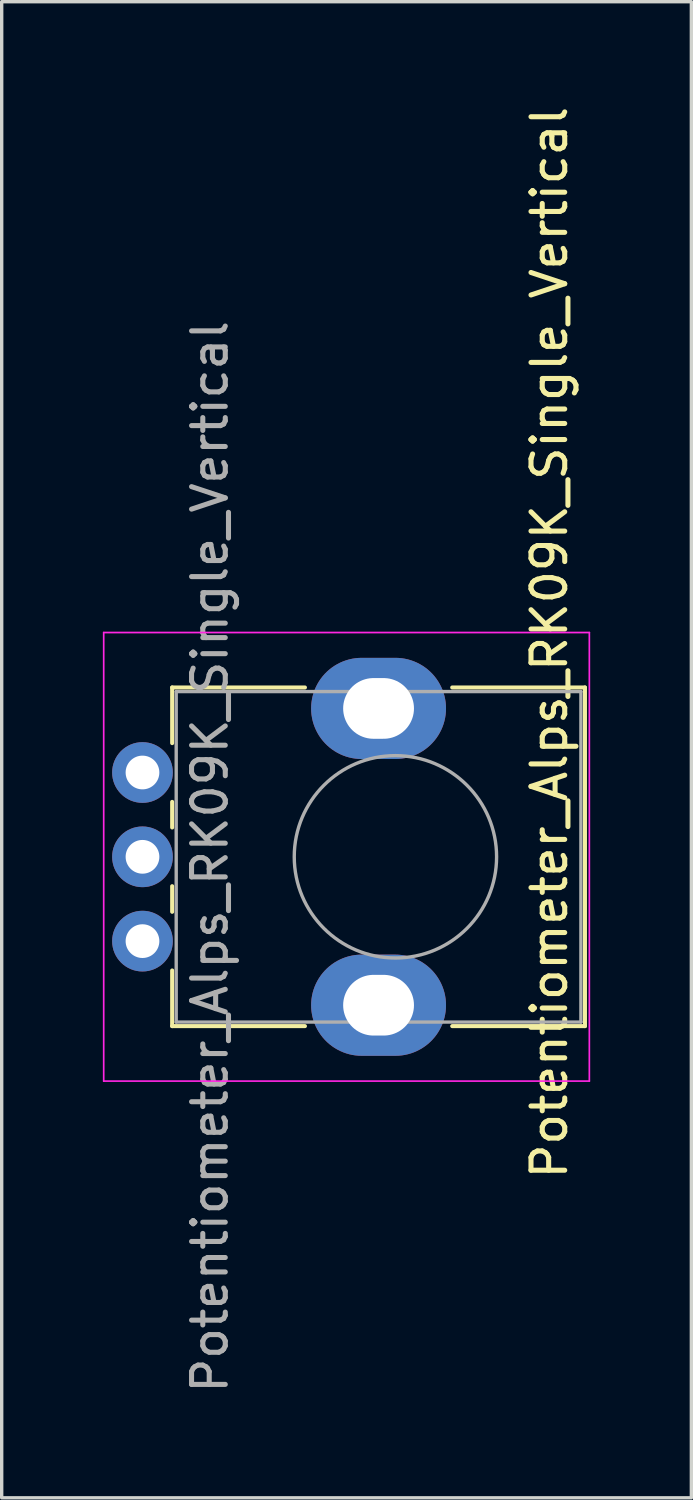
<source format=kicad_pcb>
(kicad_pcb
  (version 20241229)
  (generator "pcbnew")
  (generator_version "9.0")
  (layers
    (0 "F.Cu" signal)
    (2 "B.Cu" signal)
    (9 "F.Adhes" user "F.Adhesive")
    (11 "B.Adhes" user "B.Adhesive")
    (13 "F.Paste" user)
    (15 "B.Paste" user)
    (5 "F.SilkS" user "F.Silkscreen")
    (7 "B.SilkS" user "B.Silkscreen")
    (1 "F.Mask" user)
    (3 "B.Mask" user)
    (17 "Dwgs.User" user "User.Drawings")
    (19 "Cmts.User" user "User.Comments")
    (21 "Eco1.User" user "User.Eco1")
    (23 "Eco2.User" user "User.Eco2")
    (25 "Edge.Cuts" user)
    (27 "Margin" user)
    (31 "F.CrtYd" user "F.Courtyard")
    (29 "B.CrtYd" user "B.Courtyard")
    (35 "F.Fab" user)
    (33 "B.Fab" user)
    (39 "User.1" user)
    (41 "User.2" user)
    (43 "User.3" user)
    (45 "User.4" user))
  (footprint "Potentiometer_Alps_RK09K_Single_Vertical"
    (layer "F.Cu")
    (at 1.175 24.856)
    (property "Reference" "Potentiometer_Alps_RK09K_Single_Vertical" (at 12.065 -8.85 270) (layer "F.SilkS") (effects (font (size 1 1) (thickness 0.15))))
    (attr through_hole)
    (fp_line (start 0.88 -7.521) (end 0.88 -5.871) (stroke (width 0.12) (type solid)) (layer "F.SilkS"))
    (fp_line (start 0.88 -7.521) (end 4.817 -7.521) (stroke (width 0.12) (type solid)) (layer "F.SilkS"))
    (fp_line (start 0.88 -4.129) (end 0.88 -3.37) (stroke (width 0.12) (type solid)) (layer "F.SilkS"))
    (fp_line (start 0.88 -1.629) (end 0.88 -0.87) (stroke (width 0.12) (type solid)) (layer "F.SilkS"))
    (fp_line (start 0.88 0.87) (end 0.88 2.52) (stroke (width 0.12) (type solid)) (layer "F.SilkS"))
    (fp_line (start 0.88 2.52) (end 4.817 2.52) (stroke (width 0.12) (type solid)) (layer "F.SilkS"))
    (fp_line (start 9.184 -7.521) (end 13.12 -7.521) (stroke (width 0.12) (type solid)) (layer "F.SilkS"))
    (fp_line (start 9.184 2.52) (end 13.12 2.52) (stroke (width 0.12) (type solid)) (layer "F.SilkS"))
    (fp_line (start 13.12 -7.521) (end 13.12 2.52) (stroke (width 0.12) (type solid)) (layer "F.SilkS"))
    (fp_line (start -1.15 -9.15) (end -1.15 4.15) (stroke (width 0.05) (type solid)) (layer "F.CrtYd"))
    (fp_line (start -1.15 4.15) (end 13.25 4.15) (stroke (width 0.05) (type solid)) (layer "F.CrtYd"))
    (fp_line (start 13.25 -9.15) (end -1.15 -9.15) (stroke (width 0.05) (type solid)) (layer "F.CrtYd"))
    (fp_line (start 13.25 4.15) (end 13.25 -9.15) (stroke (width 0.05) (type solid)) (layer "F.CrtYd"))
    (fp_line (start 1 -7.4) (end 1 2.4) (stroke (width 0.1) (type solid)) (layer "F.Fab"))
    (fp_line (start 1 2.4) (end 13 2.4) (stroke (width 0.1) (type solid)) (layer "F.Fab"))
    (fp_line (start 13 -7.4) (end 1 -7.4) (stroke (width 0.1) (type solid)) (layer "F.Fab"))
    (fp_line (start 13 2.4) (end 13 -7.4) (stroke (width 0.1) (type solid)) (layer "F.Fab"))
    (fp_circle (center 7.5 -2.5) (end 10.5 -2.5) (stroke (width 0.1) (type solid)) (fill no) (layer "F.Fab"))
    (fp_text user "${REFERENCE}" (at 2 -2.5 90) (layer "F.Fab") (effects (font (size 1 1) (thickness 0.15))))
    (pad "0" thru_hole oval (at 7 -6.9) (size 4 3) (drill oval 2.1 1.8) (layers "*.Cu" "*.Mask"))
    (pad "0" thru_hole oval (at 7 1.9) (size 4 3) (drill oval 2.1 1.8) (layers "*.Cu" "*.Mask"))
    (pad "1" thru_hole circle (at 0 -5) (size 1.8 1.8) (drill 1) (layers "*.Cu" "*.Mask"))
    (pad "2" thru_hole circle (at 0 -2.5) (size 1.8 1.8) (drill 1) (layers "*.Cu" "*.Mask"))
    (pad "3" thru_hole circle (at 0 0) (size 1.8 1.8) (drill 1) (layers "*.Cu" "*.Mask")))
  (gr_rect
    (start -3 -3)
    (end 17.45 41.362)
    (stroke (width 0.1) (type default))
    (fill no)
    (layer "Edge.Cuts")))
</source>
